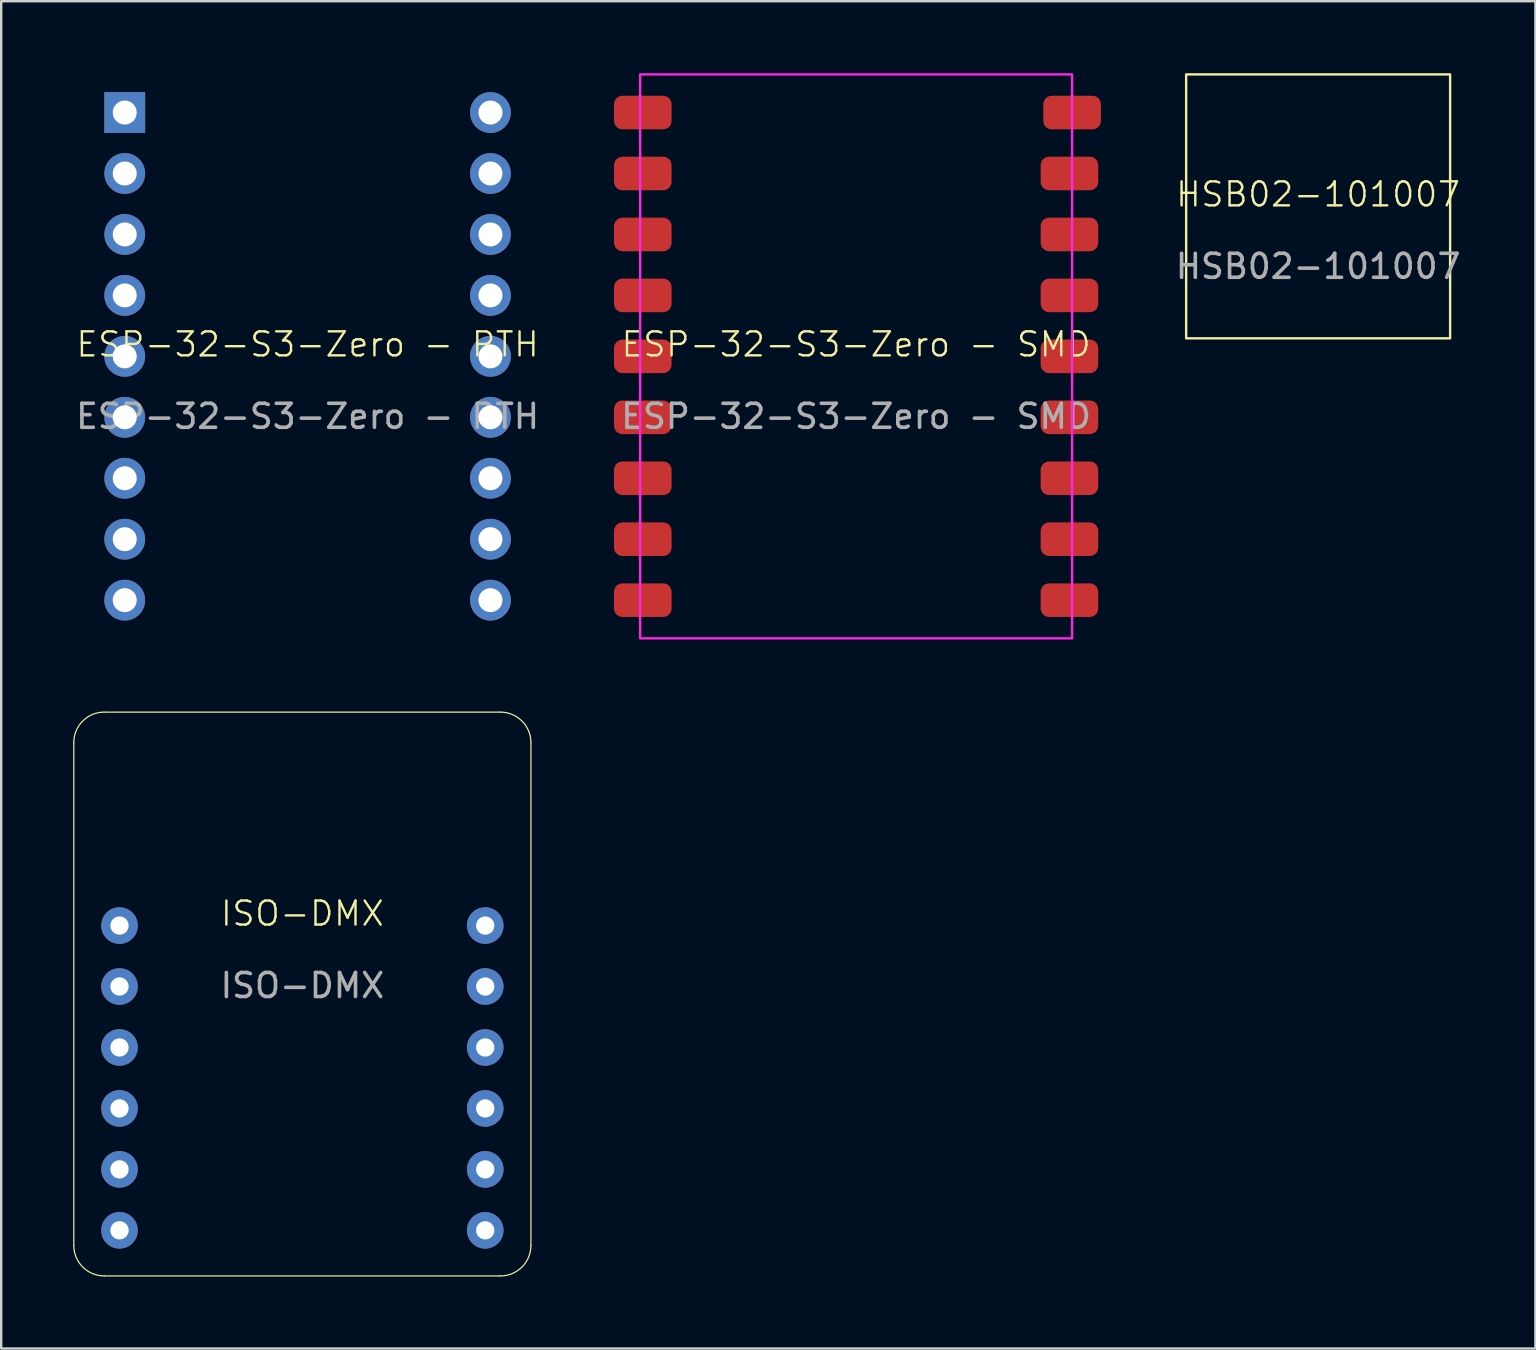
<source format=kicad_pcb>
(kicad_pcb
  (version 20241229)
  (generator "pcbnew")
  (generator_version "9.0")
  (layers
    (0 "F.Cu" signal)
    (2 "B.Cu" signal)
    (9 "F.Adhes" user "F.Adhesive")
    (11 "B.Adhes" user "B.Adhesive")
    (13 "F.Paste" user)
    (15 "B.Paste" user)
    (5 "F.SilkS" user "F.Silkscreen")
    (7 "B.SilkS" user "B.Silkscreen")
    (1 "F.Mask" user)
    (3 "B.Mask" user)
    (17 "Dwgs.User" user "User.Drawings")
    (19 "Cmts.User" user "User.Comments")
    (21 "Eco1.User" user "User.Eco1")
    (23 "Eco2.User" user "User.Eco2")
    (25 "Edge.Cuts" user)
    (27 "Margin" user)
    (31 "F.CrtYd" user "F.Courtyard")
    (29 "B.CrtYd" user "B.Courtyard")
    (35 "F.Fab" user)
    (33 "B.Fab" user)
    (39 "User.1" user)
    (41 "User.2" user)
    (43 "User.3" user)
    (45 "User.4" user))
  (footprint "ESP-32-S3-Zero - SMD"
    (layer "F.Cu")
    (at 32.626 11.8)
    (property "Reference" "ESP-32-S3-Zero - SMD" (at 0 -0.5 0) (unlocked yes) (layer "F.SilkS") (effects (font (size 1 1) (thickness 0.1))))
    (attr smd)
    (fp_rect (start -9 -11.75) (end 9 11.75) (stroke (width 0.1) (type solid)) (fill no) (layer "F.CrtYd"))
    (fp_text user "${REFERENCE}" (at 0 2.5 0) (unlocked yes) (layer "F.Fab") (effects (font (size 1 1) (thickness 0.15))))
    (pad "1" smd roundrect (at -8.89 -2.54) (size 2.4 1.4) (layers "F.Cu" "F.Mask" "F.Paste") (roundrect_rratio 0.25))
    (pad "2" smd roundrect (at -8.89 0) (size 2.4 1.4) (layers "F.Cu" "F.Mask" "F.Paste") (roundrect_rratio 0.25))
    (pad "3" smd roundrect (at -8.89 2.54) (size 2.4 1.4) (layers "F.Cu" "F.Mask" "F.Paste") (roundrect_rratio 0.25))
    (pad "3V3" smd roundrect (at -8.89 -5.08) (size 2.4 1.4) (layers "F.Cu" "F.Mask" "F.Paste") (roundrect_rratio 0.25))
    (pad "4" smd roundrect (at -8.89 5.08) (size 2.4 1.4) (layers "F.Cu" "F.Mask" "F.Paste") (roundrect_rratio 0.25))
    (pad "5" smd roundrect (at -8.89 7.62) (size 2.4 1.4) (layers "F.Cu" "F.Mask" "F.Paste") (roundrect_rratio 0.25))
    (pad "5V" smd roundrect (at -8.89 -10.16) (size 2.4 1.4) (layers "F.Cu" "F.Mask" "F.Paste") (roundrect_rratio 0.25))
    (pad "6" smd roundrect (at -8.89 10.16) (size 2.4 1.4) (layers "F.Cu" "F.Mask" "F.Paste") (roundrect_rratio 0.25))
    (pad "7" smd roundrect (at 8.89 10.16) (size 2.4 1.4) (layers "F.Cu" "F.Mask" "F.Paste") (roundrect_rratio 0.25))
    (pad "8" smd roundrect (at 8.89 7.62) (size 2.4 1.4) (layers "F.Cu" "F.Mask" "F.Paste") (roundrect_rratio 0.25))
    (pad "9" smd roundrect (at 8.89 5.08) (size 2.4 1.4) (layers "F.Cu" "F.Mask" "F.Paste") (roundrect_rratio 0.25))
    (pad "10" smd roundrect (at 8.89 2.54) (size 2.4 1.4) (layers "F.Cu" "F.Mask" "F.Paste") (roundrect_rratio 0.25))
    (pad "11" smd roundrect (at 8.89 0) (size 2.4 1.4) (layers "F.Cu" "F.Mask" "F.Paste") (roundrect_rratio 0.25))
    (pad "12" smd roundrect (at 8.89 -2.54) (size 2.4 1.4) (layers "F.Cu" "F.Mask" "F.Paste") (roundrect_rratio 0.25))
    (pad "13" smd roundrect (at 8.89 -5.08) (size 2.4 1.4) (layers "F.Cu" "F.Mask" "F.Paste") (roundrect_rratio 0.25))
    (pad "GND" smd roundrect (at -8.89 -7.62) (size 2.4 1.4) (layers "F.Cu" "F.Mask" "F.Paste") (roundrect_rratio 0.25))
    (pad "RX" smd roundrect (at 8.89 -7.62) (size 2.4 1.4) (layers "F.Cu" "F.Mask" "F.Paste") (roundrect_rratio 0.25))
    (pad "TX" smd roundrect (at 9 -10.16) (size 2.4 1.4) (layers "F.Cu" "F.Mask" "F.Paste") (roundrect_rratio 0.25))
    (zone (net_name "") (layer "F.Cu") (hatch edge 0.5) (connect_pads) (min_thickness 0.25) (filled_areas_thickness no) (keepout (tracks not_allowed) (vias not_allowed) (pads not_allowed) (copperpour allowed) (footprints allowed)) (placement (enabled no)) (fill) (polygon (pts (xy 38.976 20.182) (xy 36.436 20.182) (xy 36.436 8.244) (xy 38.976 8.244)))))
  (footprint "ESP-32-S3-Zero - PTH"
    (layer "F.Cu")
    (at 9.768 11.8)
    (property "Reference" "ESP-32-S3-Zero - PTH" (at 0 -0.5 0) (unlocked yes) (layer "F.SilkS") (effects (font (size 1 1) (thickness 0.1))))
    (attr smd)
    (fp_rect (start -9 -11.75) (end 9 11.75) (stroke (width 0.1) (type solid)) (fill no) (layer "Margin"))
    (fp_text user "${REFERENCE}" (at 0 2.5 0) (unlocked yes) (layer "F.Fab") (effects (font (size 1 1) (thickness 0.15))))
    (pad "1" thru_hole circle (at -7.62 -2.54) (size 1.7 1.7) (drill 1) (layers "*.Cu" "*.Mask"))
    (pad "2" thru_hole circle (at -7.62 0) (size 1.7 1.7) (drill 1) (layers "*.Cu" "*.Mask"))
    (pad "3" thru_hole circle (at -7.62 2.54) (size 1.7 1.7) (drill 1) (layers "*.Cu" "*.Mask"))
    (pad "3V3" thru_hole circle (at -7.62 -5.08) (size 1.7 1.7) (drill 1) (layers "*.Cu" "*.Mask"))
    (pad "4" thru_hole circle (at -7.62 5.08) (size 1.7 1.7) (drill 1) (layers "*.Cu" "*.Mask"))
    (pad "5" thru_hole circle (at -7.62 7.62) (size 1.7 1.7) (drill 1) (layers "*.Cu" "*.Mask"))
    (pad "5V" thru_hole rect (at -7.62 -10.16) (size 1.7 1.7) (drill 1) (layers "*.Cu" "*.Mask"))
    (pad "6" thru_hole circle (at -7.62 10.16) (size 1.7 1.7) (drill 1) (layers "*.Cu" "*.Mask"))
    (pad "7" thru_hole circle (at 7.62 10.16) (size 1.7 1.7) (drill 1) (layers "*.Cu" "*.Mask"))
    (pad "8" thru_hole circle (at 7.62 7.62) (size 1.7 1.7) (drill 1) (layers "*.Cu" "*.Mask"))
    (pad "9" thru_hole circle (at 7.62 5.08) (size 1.7 1.7) (drill 1) (layers "*.Cu" "*.Mask"))
    (pad "10" thru_hole circle (at 7.62 2.54) (size 1.7 1.7) (drill 1) (layers "*.Cu" "*.Mask"))
    (pad "11" thru_hole circle (at 7.62 0) (size 1.7 1.7) (drill 1) (layers "*.Cu" "*.Mask"))
    (pad "12" thru_hole circle (at 7.62 -2.54) (size 1.7 1.7) (drill 1) (layers "*.Cu" "*.Mask"))
    (pad "13" thru_hole circle (at 7.62 -5.08) (size 1.7 1.7) (drill 1) (layers "*.Cu" "*.Mask"))
    (pad "GND" thru_hole circle (at -7.62 -7.62) (size 1.7 1.7) (drill 1) (layers "*.Cu" "*.Mask"))
    (pad "RX" thru_hole circle (at 7.62 -7.62) (size 1.7 1.7) (drill 1) (layers "*.Cu" "*.Mask"))
    (pad "TX" thru_hole circle (at 7.62 -10.16) (size 1.7 1.7) (drill 1) (layers "*.Cu" "*.Mask")))
  (footprint "HSB02-101007"
    (layer "F.Cu")
    (at 51.879 5.55)
    (property "Reference" "HSB02-101007" (at 0 -0.5 0) (unlocked yes) (layer "F.SilkS") (effects (font (size 1 1) (thickness 0.1))))
    (attr smd)
    (fp_rect (start -5 -5) (end 5 5) (stroke (width 0.1) (type solid)) (fill yes) (layer "F.Mask"))
    (fp_rect (start -5.5 -5.5) (end 5.5 5.5) (stroke (width 0.1) (type default)) (fill no) (layer "F.SilkS"))
    (fp_text user "${REFERENCE}" (at 0 2.5 0) (unlocked yes) (layer "F.Fab") (effects (font (size 1 1) (thickness 0.15)))))
  (footprint "ISO-DMX"
    (layer "F.Cu")
    (at 9.55 35.52)
    (property "Reference" "ISO-DMX" (at 0 -0.5 0) (unlocked yes) (layer "F.SilkS") (effects (font (size 1 1) (thickness 0.1))))
    (attr through_hole)
    (fp_line (start -9.525 13.33) (end -9.525 -7.625) (stroke (width 0.05) (type default)) (layer "F.SilkS"))
    (fp_line (start -8.255 -8.895) (end 8.255 -8.895) (stroke (width 0.05) (type default)) (layer "F.SilkS"))
    (fp_line (start 8.255 14.6) (end -8.255 14.6) (stroke (width 0.05) (type default)) (layer "F.SilkS"))
    (fp_line (start 9.525 -7.625) (end 9.525 13.33) (stroke (width 0.05) (type default)) (layer "F.SilkS"))
    (fp_arc (start -9.525 -7.625) (mid -9.153026 -8.523026) (end -8.255 -8.895) (stroke (width 0.05) (type default)) (layer "F.SilkS"))
    (fp_arc (start -8.255 14.6) (mid -9.153026 14.228026) (end -9.525 13.33) (stroke (width 0.05) (type default)) (layer "F.SilkS"))
    (fp_arc (start 8.255 -8.895) (mid 9.153026 -8.523026) (end 9.525 -7.625) (stroke (width 0.05) (type default)) (layer "F.SilkS"))
    (fp_arc (start 9.525 13.33) (mid 9.153026 14.228026) (end 8.255 14.6) (stroke (width 0.05) (type default)) (layer "F.SilkS"))
    (fp_text user "${REFERENCE}" (at 0 2.5 0) (unlocked yes) (layer "F.Fab") (effects (font (size 1 1) (thickness 0.15))))
    (pad "1" thru_hole circle (at -7.62 0) (size 1.524 1.524) (drill 0.762) (layers "*.Cu" "*.Mask"))
    (pad "2" thru_hole circle (at -7.62 2.54) (size 1.524 1.524) (drill 0.762) (layers "*.Cu" "*.Mask"))
    (pad "3" thru_hole circle (at -7.62 5.08) (size 1.524 1.524) (drill 0.762) (layers "*.Cu" "*.Mask"))
    (pad "4" thru_hole circle (at -7.62 7.62) (size 1.524 1.524) (drill 0.762) (layers "*.Cu" "*.Mask"))
    (pad "5" thru_hole circle (at -7.62 10.16) (size 1.524 1.524) (drill 0.762) (layers "*.Cu" "*.Mask"))
    (pad "6" thru_hole circle (at -7.62 12.7) (size 1.524 1.524) (drill 0.762) (layers "*.Cu" "*.Mask"))
    (pad "7" thru_hole circle (at 7.62 0) (size 1.524 1.524) (drill 0.762) (layers "*.Cu" "*.Mask"))
    (pad "8" thru_hole circle (at 7.62 2.54) (size 1.524 1.524) (drill 0.762) (layers "*.Cu" "*.Mask"))
    (pad "9" thru_hole circle (at 7.62 5.08) (size 1.524 1.524) (drill 0.762) (layers "*.Cu" "*.Mask"))
    (pad "10" thru_hole circle (at 7.62 7.62) (size 1.524 1.524) (drill 0.762) (layers "*.Cu" "*.Mask"))
    (pad "11" thru_hole circle (at 7.62 10.16) (size 1.524 1.524) (drill 0.762) (layers "*.Cu" "*.Mask"))
    (pad "12" thru_hole circle (at 7.62 12.7) (size 1.524 1.524) (drill 0.762) (layers "*.Cu" "*.Mask")))
  (gr_rect
    (start -3 -3)
    (end 60.933 53.145)
    (stroke (width 0.1) (type default))
    (fill no)
    (layer "Edge.Cuts")))
</source>
